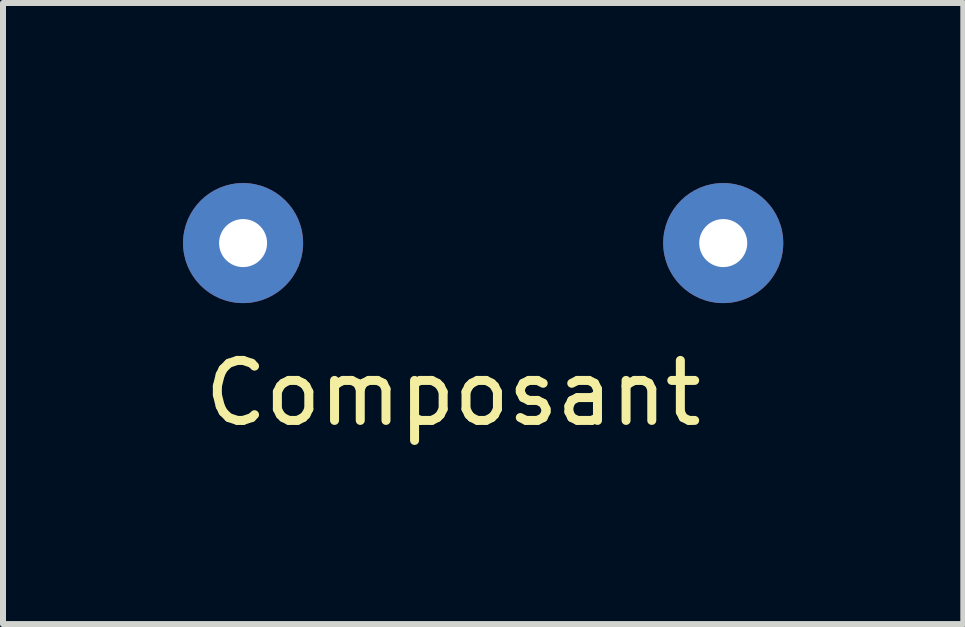
<source format=kicad_pcb>
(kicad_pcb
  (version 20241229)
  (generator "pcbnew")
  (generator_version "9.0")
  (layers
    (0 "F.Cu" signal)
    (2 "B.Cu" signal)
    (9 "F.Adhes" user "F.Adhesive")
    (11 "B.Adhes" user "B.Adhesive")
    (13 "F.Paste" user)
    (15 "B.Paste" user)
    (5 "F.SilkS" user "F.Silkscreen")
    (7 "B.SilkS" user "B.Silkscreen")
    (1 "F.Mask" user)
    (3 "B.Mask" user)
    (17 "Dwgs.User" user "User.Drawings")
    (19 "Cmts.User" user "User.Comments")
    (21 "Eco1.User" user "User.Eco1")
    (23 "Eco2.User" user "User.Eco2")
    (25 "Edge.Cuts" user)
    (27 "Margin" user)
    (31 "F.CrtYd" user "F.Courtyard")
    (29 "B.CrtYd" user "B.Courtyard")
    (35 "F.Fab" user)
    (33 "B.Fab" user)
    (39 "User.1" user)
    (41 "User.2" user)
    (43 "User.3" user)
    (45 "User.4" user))
  (footprint "Composant"
    (layer "F.Cu")
    (at 1 1)
    (property "Reference" "Composant" (at 3.5 2.5 0) (layer "F.SilkS") (effects (font (size 1 1) (thickness 0.15))))
    (attr through_hole)
    (pad "1" thru_hole circle (at 0 0) (size 2 2) (drill 0.8) (layers "*.Cu" "*.Mask"))
    (pad "2" thru_hole circle (at 8 0) (size 2 2) (drill 0.8) (layers "*.Cu" "*.Mask")))
  (gr_rect
    (start -3 -3)
    (end 13 7.348)
    (stroke (width 0.1) (type default))
    (fill no)
    (layer "Edge.Cuts")))
</source>
